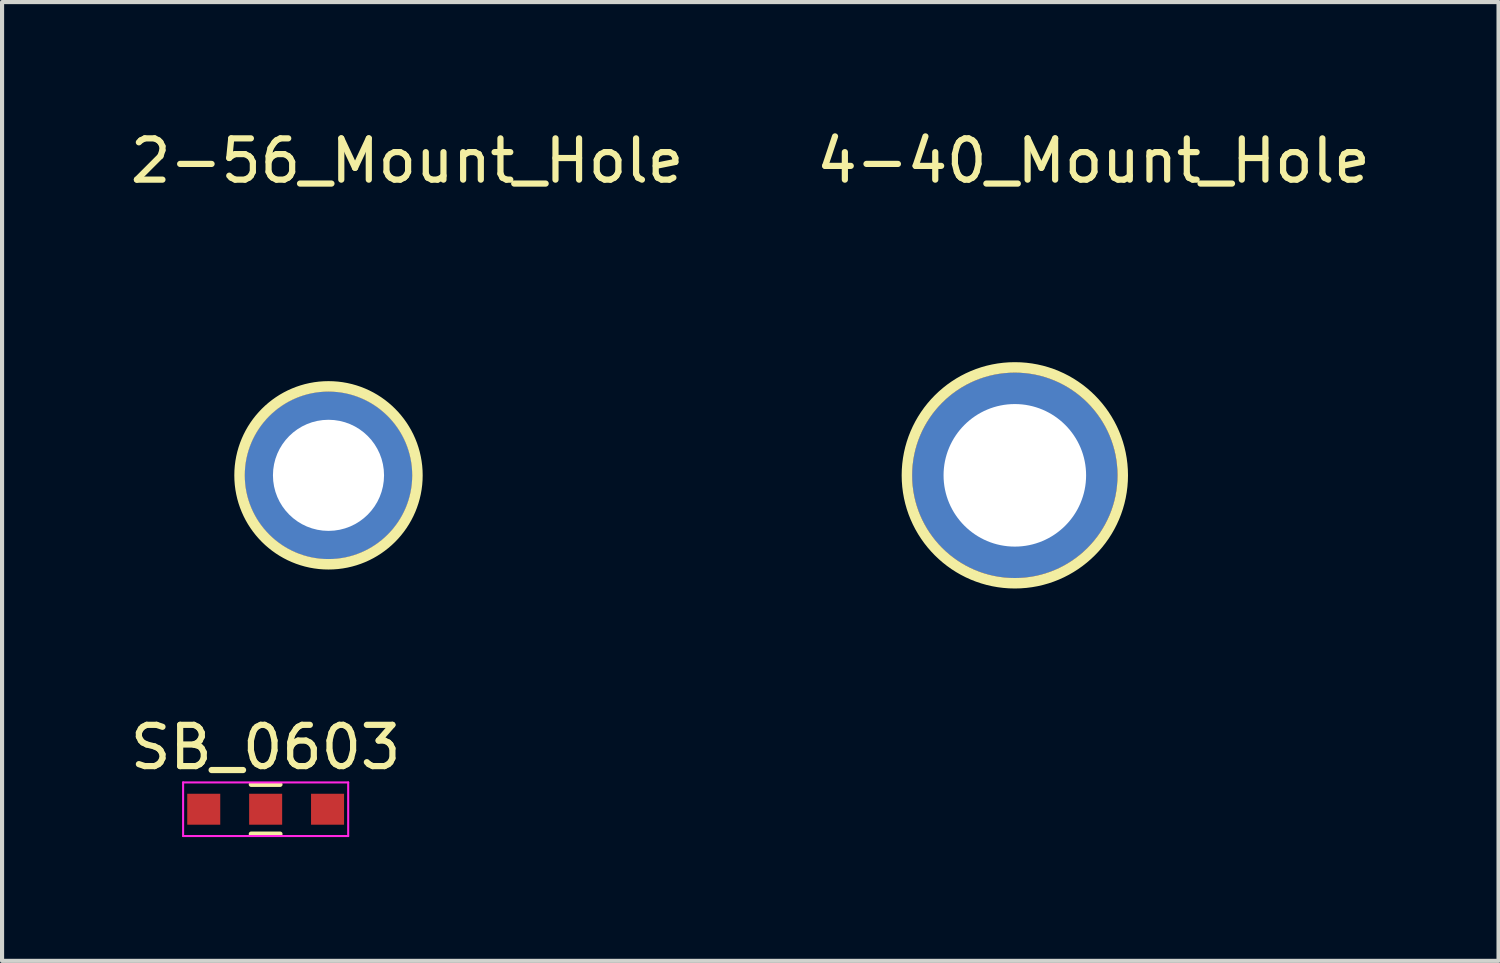
<source format=kicad_pcb>
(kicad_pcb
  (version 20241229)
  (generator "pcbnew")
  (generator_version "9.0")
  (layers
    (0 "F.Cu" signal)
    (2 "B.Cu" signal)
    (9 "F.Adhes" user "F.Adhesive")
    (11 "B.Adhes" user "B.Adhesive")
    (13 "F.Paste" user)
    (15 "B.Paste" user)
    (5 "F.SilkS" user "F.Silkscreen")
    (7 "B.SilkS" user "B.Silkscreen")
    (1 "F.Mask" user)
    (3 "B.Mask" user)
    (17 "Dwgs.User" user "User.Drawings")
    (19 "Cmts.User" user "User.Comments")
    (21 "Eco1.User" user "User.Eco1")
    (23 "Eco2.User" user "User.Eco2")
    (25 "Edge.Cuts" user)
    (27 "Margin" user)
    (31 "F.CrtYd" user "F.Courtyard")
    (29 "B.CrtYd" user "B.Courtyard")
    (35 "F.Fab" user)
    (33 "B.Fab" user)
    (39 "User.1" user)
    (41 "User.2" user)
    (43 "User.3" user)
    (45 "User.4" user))
  (footprint "4-40_Mount_Hole"
    (layer "F.Cu")
    (at 21.541 8.468)
    (property "Reference" "4-40_Mount_Hole" (at 1.905 -7.62 0) (layer "F.SilkS") (effects (font (size 1 1) (thickness 0.15))))
    (attr through_hole)
    (fp_circle (center 0 0) (end 1.27 -2.286) (stroke (width 0.254) (type solid)) (fill no) (layer "F.SilkS"))
    (pad "" np_thru_hole circle (at 0 0) (size 4.978 4.978) (drill 3.454) (layers "*.Cu" "*.Mask")))
  (footprint "SB_0603"
    (layer "F.Cu")
    (at 3.387 16.559)
    (property "Reference" "SB_0603" (at 0 -1.5 0) (layer "F.SilkS") (effects (font (size 1 1) (thickness 0.15))))
    (attr smd)
    (fp_line (start -0.35 -0.6) (end 0.35 -0.6) (stroke (width 0.12) (type solid)) (layer "F.SilkS"))
    (fp_line (start 0.35 0.6) (end -0.35 0.6) (stroke (width 0.12) (type solid)) (layer "F.SilkS"))
    (fp_line (start -2 -0.65) (end -2 0.65) (stroke (width 0.05) (type solid)) (layer "F.CrtYd"))
    (fp_line (start -2 -0.65) (end 2 -0.65) (stroke (width 0.05) (type solid)) (layer "F.CrtYd"))
    (fp_line (start 2 0.65) (end -2 0.65) (stroke (width 0.05) (type solid)) (layer "F.CrtYd"))
    (fp_line (start 2 0.65) (end 2 -0.65) (stroke (width 0.05) (type solid)) (layer "F.CrtYd"))
    (pad "1" smd rect (at -1.5 0) (size 0.8 0.75) (layers "F.Cu" "F.Mask" "F.Paste"))
    (pad "2" smd rect (at 0 0) (size 0.8 0.75) (layers "F.Cu" "F.Mask" "F.Paste"))
    (pad "3" smd rect (at 1.5 0) (size 0.8 0.75) (layers "F.Cu" "F.Mask" "F.Paste")))
  (footprint "2-56_Mount_Hole"
    (layer "F.Cu")
    (at 4.91 8.468)
    (property "Reference" "2-56_Mount_Hole" (at 1.905 -7.62 0) (layer "F.SilkS") (effects (font (size 1 1) (thickness 0.15))))
    (attr through_hole)
    (fp_circle (center 0 0) (end 1.524 -1.524) (stroke (width 0.254) (type solid)) (fill no) (layer "F.SilkS"))
    (pad "" np_thru_hole circle (at 0 0) (size 4.064 4.064) (drill 2.692) (layers "*.Cu" "*.Mask")))
  (gr_rect
    (start -3 -3)
    (end 33.262 20.234)
    (stroke (width 0.1) (type default))
    (fill no)
    (layer "Edge.Cuts")))
</source>
